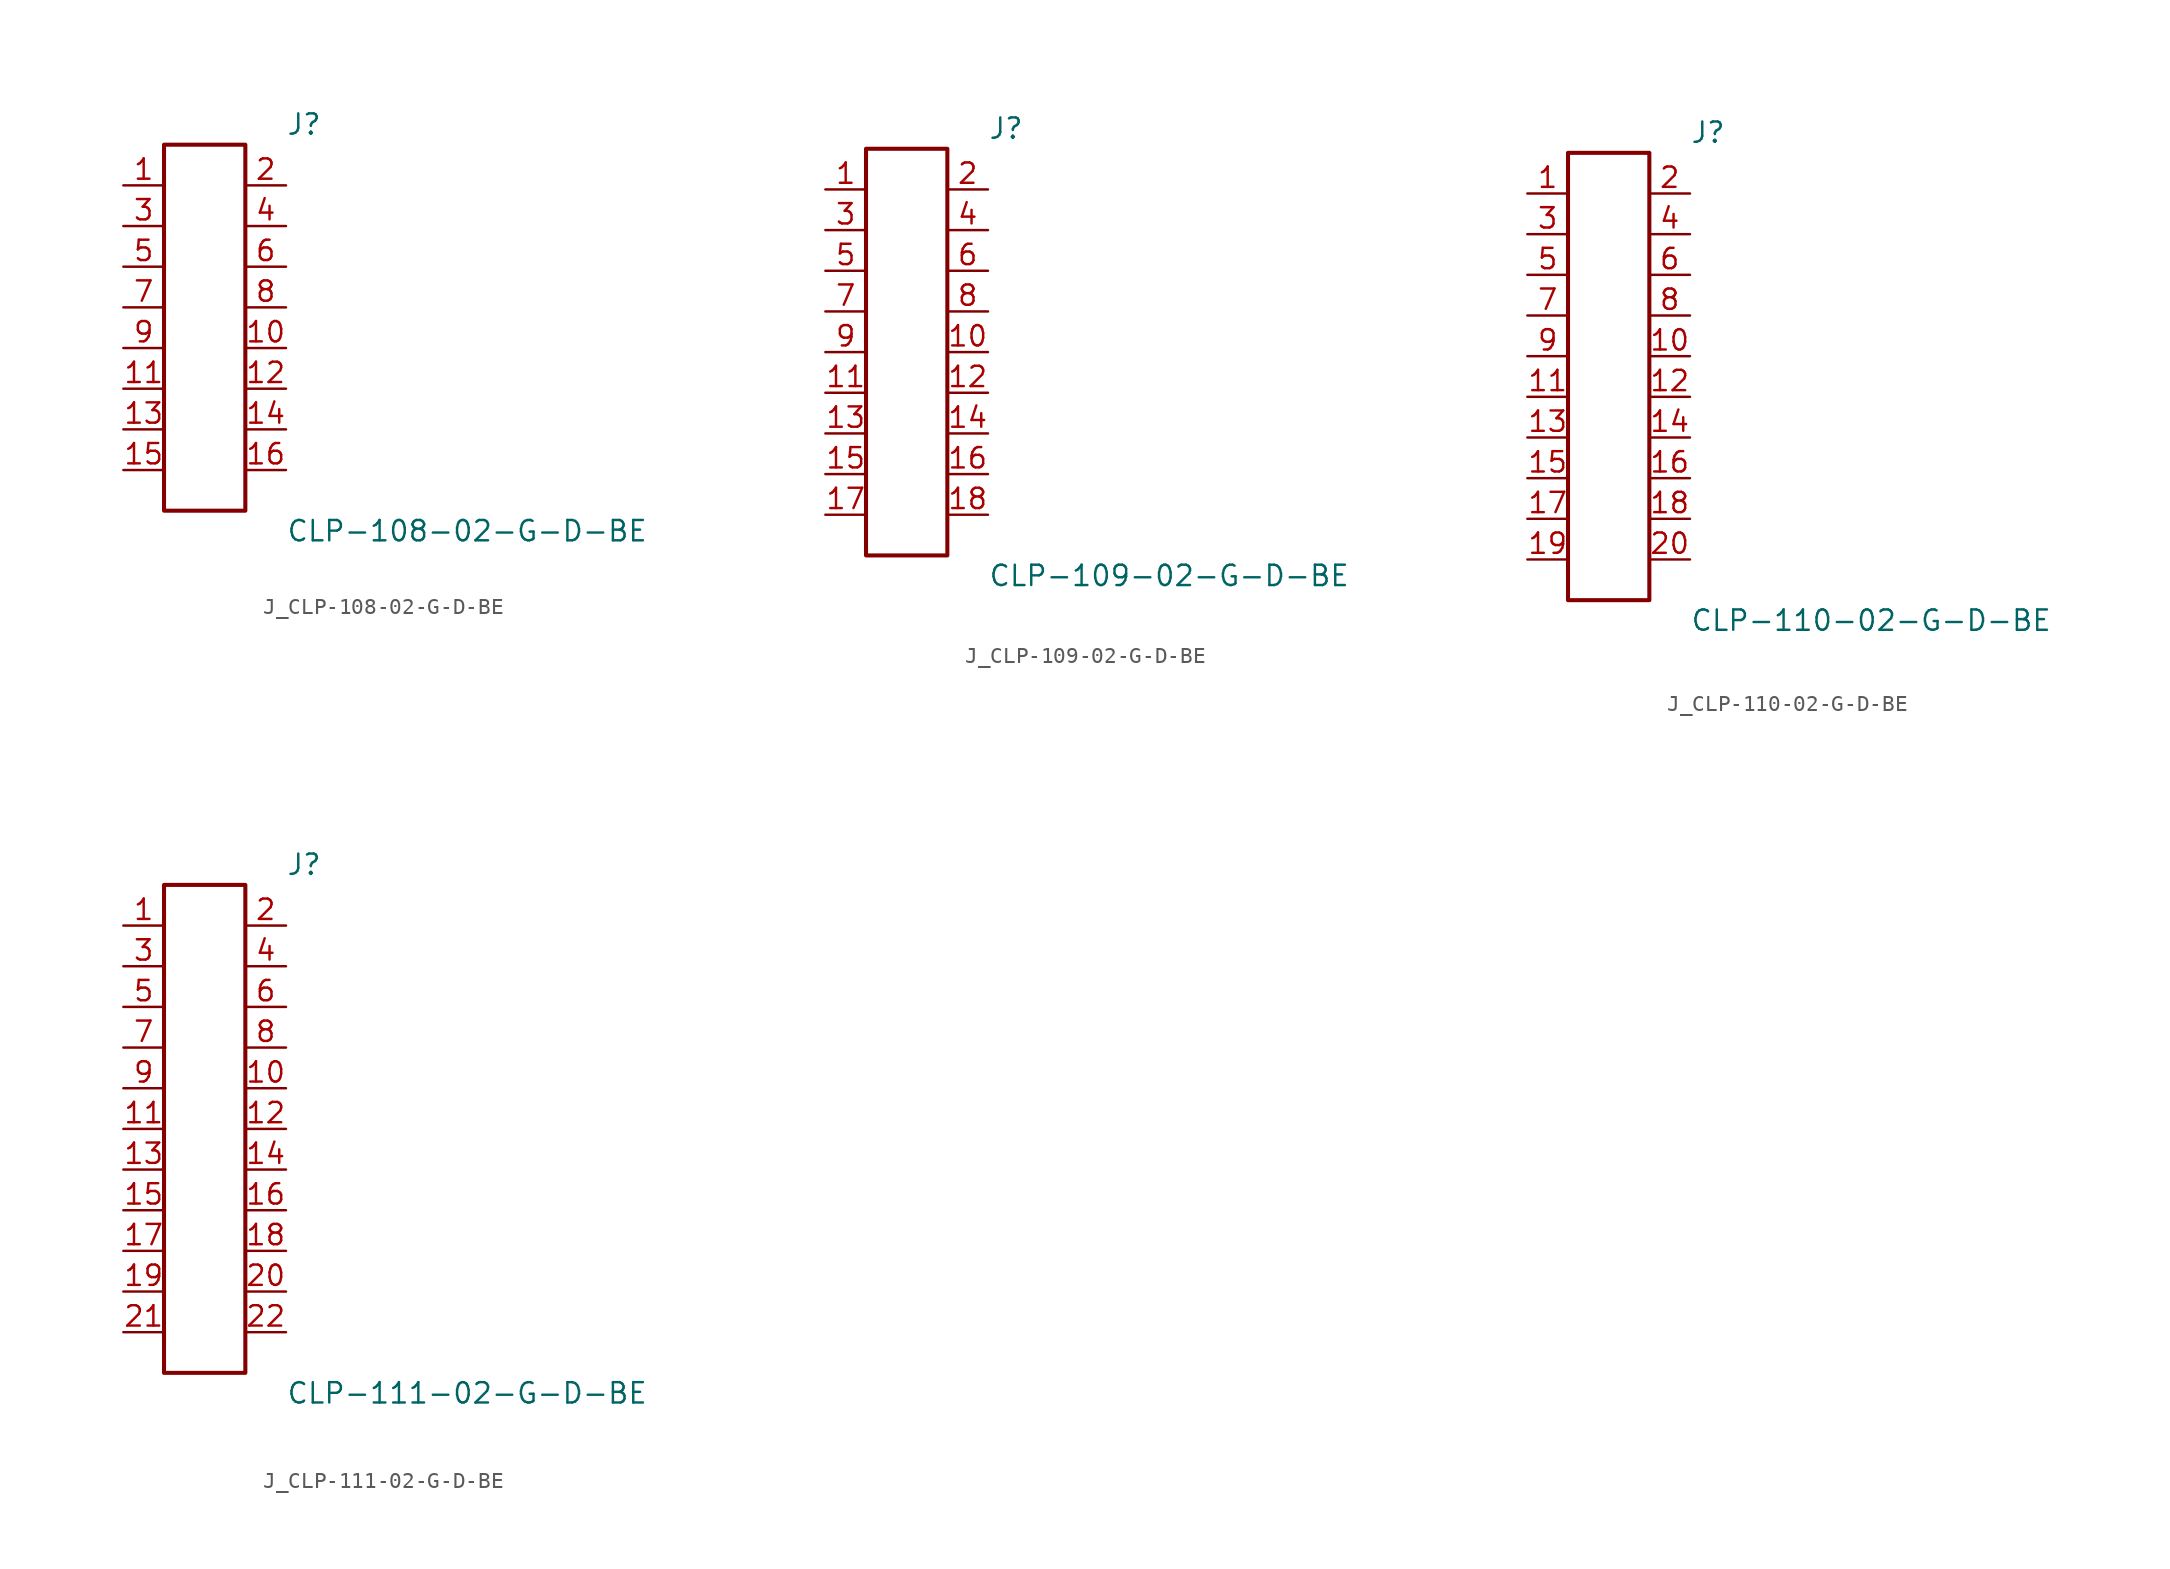
<source format=kicad_sym>
(kicad_symbol_lib
  (version 20231120)
  (generator kicad_symbol_editor)
  (generator_version 8.0)
  (symbol "J_CLP-108-02-G-D-BE"
    (pin_names
      (offset 0.254))
    (property "Reference" "J"
      (at 5.08 12.7 0)
      (effects (font (size 1.27 1.27)) (justify left)))
    (property "Value" "CLP-108-02-G-D-BE"
      (at 5.08 -12.7 0)
      (effects (font (size 1.27 1.27)) (justify left)))
    (symbol "J_CLP-108-02-G-D-BE_0_0"
      (pin passive line (at -5.08 8.89 0) (length 2.54) (name "" (effects (font (size 1.27 1.27)))) (number "1" (effects (font (size 1.27 1.27)))))
      (pin passive line (at 5.08 8.89 180) (length 2.54) (name "" (effects (font (size 1.27 1.27)))) (number "2" (effects (font (size 1.27 1.27)))))
      (pin passive line (at -5.08 6.35 0) (length 2.54) (name "" (effects (font (size 1.27 1.27)))) (number "3" (effects (font (size 1.27 1.27)))))
      (pin passive line (at 5.08 6.35 180) (length 2.54) (name "" (effects (font (size 1.27 1.27)))) (number "4" (effects (font (size 1.27 1.27)))))
      (pin passive line (at -5.08 3.81 0) (length 2.54) (name "" (effects (font (size 1.27 1.27)))) (number "5" (effects (font (size 1.27 1.27)))))
      (pin passive line (at 5.08 3.81 180) (length 2.54) (name "" (effects (font (size 1.27 1.27)))) (number "6" (effects (font (size 1.27 1.27)))))
      (pin passive line (at -5.08 1.27 0) (length 2.54) (name "" (effects (font (size 1.27 1.27)))) (number "7" (effects (font (size 1.27 1.27)))))
      (pin passive line (at 5.08 1.27 180) (length 2.54) (name "" (effects (font (size 1.27 1.27)))) (number "8" (effects (font (size 1.27 1.27)))))
      (pin passive line (at -5.08 -1.27 0) (length 2.54) (name "" (effects (font (size 1.27 1.27)))) (number "9" (effects (font (size 1.27 1.27)))))
      (pin passive line (at 5.08 -1.27 180) (length 2.54) (name "" (effects (font (size 1.27 1.27)))) (number "10" (effects (font (size 1.27 1.27)))))
      (pin passive line (at -5.08 -3.81 0) (length 2.54) (name "" (effects (font (size 1.27 1.27)))) (number "11" (effects (font (size 1.27 1.27)))))
      (pin passive line (at 5.08 -3.81 180) (length 2.54) (name "" (effects (font (size 1.27 1.27)))) (number "12" (effects (font (size 1.27 1.27)))))
      (pin passive line (at -5.08 -6.35 0) (length 2.54) (name "" (effects (font (size 1.27 1.27)))) (number "13" (effects (font (size 1.27 1.27)))))
      (pin passive line (at 5.08 -6.35 180) (length 2.54) (name "" (effects (font (size 1.27 1.27)))) (number "14" (effects (font (size 1.27 1.27)))))
      (pin passive line (at -5.08 -8.89 0) (length 2.54) (name "" (effects (font (size 1.27 1.27)))) (number "15" (effects (font (size 1.27 1.27)))))
      (pin passive line (at 5.08 -8.89 180) (length 2.54) (name "" (effects (font (size 1.27 1.27)))) (number "16" (effects (font (size 1.27 1.27))))))
    (symbol "J_CLP-108-02-G-D-BE_1_0"
      (rectangle (start -2.54 11.43) (end 2.54 -11.43) (stroke (width 0.254) (type solid)) (fill (type none)))))
  (symbol "J_CLP-109-02-G-D-BE"
    (pin_names
      (offset 0.254))
    (property "Reference" "J"
      (at 5.08 13.97 0)
      (effects (font (size 1.27 1.27)) (justify left)))
    (property "Value" "CLP-109-02-G-D-BE"
      (at 5.08 -13.97 0)
      (effects (font (size 1.27 1.27)) (justify left)))
    (symbol "J_CLP-109-02-G-D-BE_0_0"
      (pin passive line (at -5.08 10.16 0) (length 2.54) (name "" (effects (font (size 1.27 1.27)))) (number "1" (effects (font (size 1.27 1.27)))))
      (pin passive line (at 5.08 10.16 180) (length 2.54) (name "" (effects (font (size 1.27 1.27)))) (number "2" (effects (font (size 1.27 1.27)))))
      (pin passive line (at -5.08 7.62 0) (length 2.54) (name "" (effects (font (size 1.27 1.27)))) (number "3" (effects (font (size 1.27 1.27)))))
      (pin passive line (at 5.08 7.62 180) (length 2.54) (name "" (effects (font (size 1.27 1.27)))) (number "4" (effects (font (size 1.27 1.27)))))
      (pin passive line (at -5.08 5.08 0) (length 2.54) (name "" (effects (font (size 1.27 1.27)))) (number "5" (effects (font (size 1.27 1.27)))))
      (pin passive line (at 5.08 5.08 180) (length 2.54) (name "" (effects (font (size 1.27 1.27)))) (number "6" (effects (font (size 1.27 1.27)))))
      (pin passive line (at -5.08 2.54 0) (length 2.54) (name "" (effects (font (size 1.27 1.27)))) (number "7" (effects (font (size 1.27 1.27)))))
      (pin passive line (at 5.08 2.54 180) (length 2.54) (name "" (effects (font (size 1.27 1.27)))) (number "8" (effects (font (size 1.27 1.27)))))
      (pin passive line (at -5.08 0.0 0) (length 2.54) (name "" (effects (font (size 1.27 1.27)))) (number "9" (effects (font (size 1.27 1.27)))))
      (pin passive line (at 5.08 0.0 180) (length 2.54) (name "" (effects (font (size 1.27 1.27)))) (number "10" (effects (font (size 1.27 1.27)))))
      (pin passive line (at -5.08 -2.54 0) (length 2.54) (name "" (effects (font (size 1.27 1.27)))) (number "11" (effects (font (size 1.27 1.27)))))
      (pin passive line (at 5.08 -2.54 180) (length 2.54) (name "" (effects (font (size 1.27 1.27)))) (number "12" (effects (font (size 1.27 1.27)))))
      (pin passive line (at -5.08 -5.08 0) (length 2.54) (name "" (effects (font (size 1.27 1.27)))) (number "13" (effects (font (size 1.27 1.27)))))
      (pin passive line (at 5.08 -5.08 180) (length 2.54) (name "" (effects (font (size 1.27 1.27)))) (number "14" (effects (font (size 1.27 1.27)))))
      (pin passive line (at -5.08 -7.62 0) (length 2.54) (name "" (effects (font (size 1.27 1.27)))) (number "15" (effects (font (size 1.27 1.27)))))
      (pin passive line (at 5.08 -7.62 180) (length 2.54) (name "" (effects (font (size 1.27 1.27)))) (number "16" (effects (font (size 1.27 1.27)))))
      (pin passive line (at -5.08 -10.16 0) (length 2.54) (name "" (effects (font (size 1.27 1.27)))) (number "17" (effects (font (size 1.27 1.27)))))
      (pin passive line (at 5.08 -10.16 180) (length 2.54) (name "" (effects (font (size 1.27 1.27)))) (number "18" (effects (font (size 1.27 1.27))))))
    (symbol "J_CLP-109-02-G-D-BE_1_0"
      (rectangle (start -2.54 12.7) (end 2.54 -12.7) (stroke (width 0.254) (type solid)) (fill (type none)))))
  (symbol "J_CLP-110-02-G-D-BE"
    (pin_names
      (offset 0.254))
    (property "Reference" "J"
      (at 5.08 15.24 0)
      (effects (font (size 1.27 1.27)) (justify left)))
    (property "Value" "CLP-110-02-G-D-BE"
      (at 5.08 -15.24 0)
      (effects (font (size 1.27 1.27)) (justify left)))
    (symbol "J_CLP-110-02-G-D-BE_0_0"
      (pin passive line (at -5.08 11.43 0) (length 2.54) (name "" (effects (font (size 1.27 1.27)))) (number "1" (effects (font (size 1.27 1.27)))))
      (pin passive line (at 5.08 11.43 180) (length 2.54) (name "" (effects (font (size 1.27 1.27)))) (number "2" (effects (font (size 1.27 1.27)))))
      (pin passive line (at -5.08 8.89 0) (length 2.54) (name "" (effects (font (size 1.27 1.27)))) (number "3" (effects (font (size 1.27 1.27)))))
      (pin passive line (at 5.08 8.89 180) (length 2.54) (name "" (effects (font (size 1.27 1.27)))) (number "4" (effects (font (size 1.27 1.27)))))
      (pin passive line (at -5.08 6.35 0) (length 2.54) (name "" (effects (font (size 1.27 1.27)))) (number "5" (effects (font (size 1.27 1.27)))))
      (pin passive line (at 5.08 6.35 180) (length 2.54) (name "" (effects (font (size 1.27 1.27)))) (number "6" (effects (font (size 1.27 1.27)))))
      (pin passive line (at -5.08 3.81 0) (length 2.54) (name "" (effects (font (size 1.27 1.27)))) (number "7" (effects (font (size 1.27 1.27)))))
      (pin passive line (at 5.08 3.81 180) (length 2.54) (name "" (effects (font (size 1.27 1.27)))) (number "8" (effects (font (size 1.27 1.27)))))
      (pin passive line (at -5.08 1.27 0) (length 2.54) (name "" (effects (font (size 1.27 1.27)))) (number "9" (effects (font (size 1.27 1.27)))))
      (pin passive line (at 5.08 1.27 180) (length 2.54) (name "" (effects (font (size 1.27 1.27)))) (number "10" (effects (font (size 1.27 1.27)))))
      (pin passive line (at -5.08 -1.27 0) (length 2.54) (name "" (effects (font (size 1.27 1.27)))) (number "11" (effects (font (size 1.27 1.27)))))
      (pin passive line (at 5.08 -1.27 180) (length 2.54) (name "" (effects (font (size 1.27 1.27)))) (number "12" (effects (font (size 1.27 1.27)))))
      (pin passive line (at -5.08 -3.81 0) (length 2.54) (name "" (effects (font (size 1.27 1.27)))) (number "13" (effects (font (size 1.27 1.27)))))
      (pin passive line (at 5.08 -3.81 180) (length 2.54) (name "" (effects (font (size 1.27 1.27)))) (number "14" (effects (font (size 1.27 1.27)))))
      (pin passive line (at -5.08 -6.35 0) (length 2.54) (name "" (effects (font (size 1.27 1.27)))) (number "15" (effects (font (size 1.27 1.27)))))
      (pin passive line (at 5.08 -6.35 180) (length 2.54) (name "" (effects (font (size 1.27 1.27)))) (number "16" (effects (font (size 1.27 1.27)))))
      (pin passive line (at -5.08 -8.89 0) (length 2.54) (name "" (effects (font (size 1.27 1.27)))) (number "17" (effects (font (size 1.27 1.27)))))
      (pin passive line (at 5.08 -8.89 180) (length 2.54) (name "" (effects (font (size 1.27 1.27)))) (number "18" (effects (font (size 1.27 1.27)))))
      (pin passive line (at -5.08 -11.43 0) (length 2.54) (name "" (effects (font (size 1.27 1.27)))) (number "19" (effects (font (size 1.27 1.27)))))
      (pin passive line (at 5.08 -11.43 180) (length 2.54) (name "" (effects (font (size 1.27 1.27)))) (number "20" (effects (font (size 1.27 1.27))))))
    (symbol "J_CLP-110-02-G-D-BE_1_0"
      (rectangle (start -2.54 13.97) (end 2.54 -13.97) (stroke (width 0.254) (type solid)) (fill (type none)))))
  (symbol "J_CLP-111-02-G-D-BE"
    (pin_names
      (offset 0.254))
    (property "Reference" "J"
      (at 5.08 16.51 0)
      (effects (font (size 1.27 1.27)) (justify left)))
    (property "Value" "CLP-111-02-G-D-BE"
      (at 5.08 -16.51 0)
      (effects (font (size 1.27 1.27)) (justify left)))
    (symbol "J_CLP-111-02-G-D-BE_0_0"
      (pin passive line (at -5.08 12.7 0) (length 2.54) (name "" (effects (font (size 1.27 1.27)))) (number "1" (effects (font (size 1.27 1.27)))))
      (pin passive line (at 5.08 12.7 180) (length 2.54) (name "" (effects (font (size 1.27 1.27)))) (number "2" (effects (font (size 1.27 1.27)))))
      (pin passive line (at -5.08 10.16 0) (length 2.54) (name "" (effects (font (size 1.27 1.27)))) (number "3" (effects (font (size 1.27 1.27)))))
      (pin passive line (at 5.08 10.16 180) (length 2.54) (name "" (effects (font (size 1.27 1.27)))) (number "4" (effects (font (size 1.27 1.27)))))
      (pin passive line (at -5.08 7.62 0) (length 2.54) (name "" (effects (font (size 1.27 1.27)))) (number "5" (effects (font (size 1.27 1.27)))))
      (pin passive line (at 5.08 7.62 180) (length 2.54) (name "" (effects (font (size 1.27 1.27)))) (number "6" (effects (font (size 1.27 1.27)))))
      (pin passive line (at -5.08 5.08 0) (length 2.54) (name "" (effects (font (size 1.27 1.27)))) (number "7" (effects (font (size 1.27 1.27)))))
      (pin passive line (at 5.08 5.08 180) (length 2.54) (name "" (effects (font (size 1.27 1.27)))) (number "8" (effects (font (size 1.27 1.27)))))
      (pin passive line (at -5.08 2.54 0) (length 2.54) (name "" (effects (font (size 1.27 1.27)))) (number "9" (effects (font (size 1.27 1.27)))))
      (pin passive line (at 5.08 2.54 180) (length 2.54) (name "" (effects (font (size 1.27 1.27)))) (number "10" (effects (font (size 1.27 1.27)))))
      (pin passive line (at -5.08 0.0 0) (length 2.54) (name "" (effects (font (size 1.27 1.27)))) (number "11" (effects (font (size 1.27 1.27)))))
      (pin passive line (at 5.08 0.0 180) (length 2.54) (name "" (effects (font (size 1.27 1.27)))) (number "12" (effects (font (size 1.27 1.27)))))
      (pin passive line (at -5.08 -2.54 0) (length 2.54) (name "" (effects (font (size 1.27 1.27)))) (number "13" (effects (font (size 1.27 1.27)))))
      (pin passive line (at 5.08 -2.54 180) (length 2.54) (name "" (effects (font (size 1.27 1.27)))) (number "14" (effects (font (size 1.27 1.27)))))
      (pin passive line (at -5.08 -5.08 0) (length 2.54) (name "" (effects (font (size 1.27 1.27)))) (number "15" (effects (font (size 1.27 1.27)))))
      (pin passive line (at 5.08 -5.08 180) (length 2.54) (name "" (effects (font (size 1.27 1.27)))) (number "16" (effects (font (size 1.27 1.27)))))
      (pin passive line (at -5.08 -7.62 0) (length 2.54) (name "" (effects (font (size 1.27 1.27)))) (number "17" (effects (font (size 1.27 1.27)))))
      (pin passive line (at 5.08 -7.62 180) (length 2.54) (name "" (effects (font (size 1.27 1.27)))) (number "18" (effects (font (size 1.27 1.27)))))
      (pin passive line (at -5.08 -10.16 0) (length 2.54) (name "" (effects (font (size 1.27 1.27)))) (number "19" (effects (font (size 1.27 1.27)))))
      (pin passive line (at 5.08 -10.16 180) (length 2.54) (name "" (effects (font (size 1.27 1.27)))) (number "20" (effects (font (size 1.27 1.27)))))
      (pin passive line (at -5.08 -12.7 0) (length 2.54) (name "" (effects (font (size 1.27 1.27)))) (number "21" (effects (font (size 1.27 1.27)))))
      (pin passive line (at 5.08 -12.7 180) (length 2.54) (name "" (effects (font (size 1.27 1.27)))) (number "22" (effects (font (size 1.27 1.27))))))
    (symbol "J_CLP-111-02-G-D-BE_1_0"
      (rectangle (start -2.54 15.24) (end 2.54 -15.24) (stroke (width 0.254) (type solid)) (fill (type none))))))
</source>
